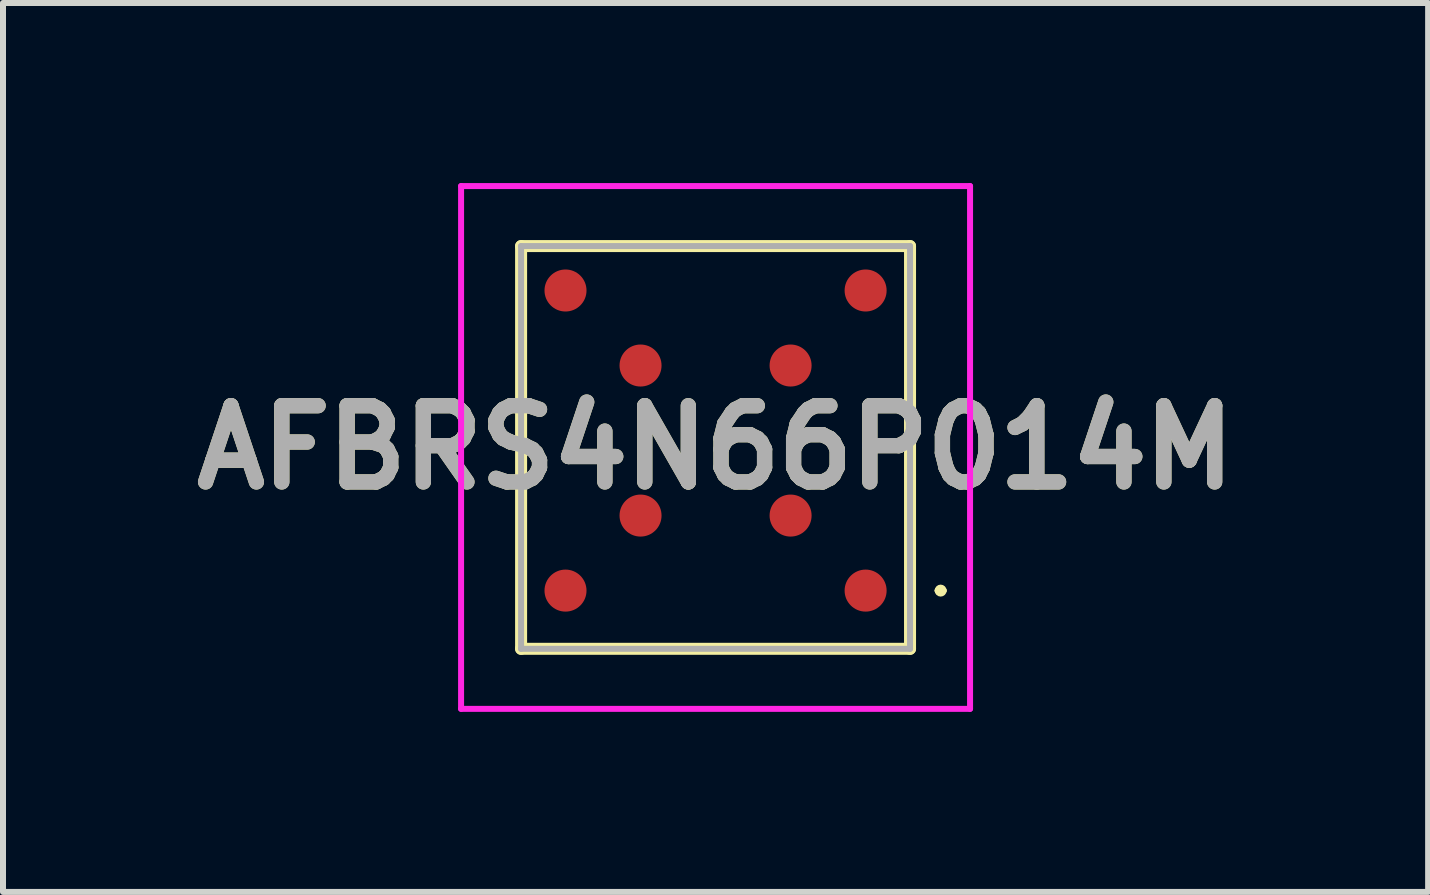
<source format=kicad_pcb>
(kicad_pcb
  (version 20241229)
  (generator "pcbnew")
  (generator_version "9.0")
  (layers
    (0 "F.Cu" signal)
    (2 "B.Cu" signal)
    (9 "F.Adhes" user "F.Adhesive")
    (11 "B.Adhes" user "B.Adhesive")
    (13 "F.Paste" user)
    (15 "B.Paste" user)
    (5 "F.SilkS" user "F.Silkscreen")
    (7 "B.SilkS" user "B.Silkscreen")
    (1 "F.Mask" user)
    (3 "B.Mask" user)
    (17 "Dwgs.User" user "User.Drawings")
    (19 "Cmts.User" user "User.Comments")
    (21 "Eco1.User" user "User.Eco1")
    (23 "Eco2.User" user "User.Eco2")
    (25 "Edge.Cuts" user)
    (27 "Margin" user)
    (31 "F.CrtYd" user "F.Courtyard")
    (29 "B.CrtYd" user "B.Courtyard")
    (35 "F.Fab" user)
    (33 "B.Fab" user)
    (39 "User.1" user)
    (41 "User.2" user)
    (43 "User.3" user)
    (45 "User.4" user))
  (footprint "AFBRS4N66P014M"
    (layer "F.Cu")
    (at 8.872 4.29)
    (property "Reference" "AFBRS4N66P014M" (at 0 0.115 0) (layer "F.SilkS") (effects (font (size 1.27 1.27) (thickness 0.254))))
    (attr smd)
    (fp_line (start -3.24 -3.24) (end 3.24 -3.24) (stroke (width 0.2) (type solid)) (layer "F.SilkS"))
    (fp_line (start -3.24 3.47) (end -3.24 -3.24) (stroke (width 0.2) (type solid)) (layer "F.SilkS"))
    (fp_line (start 3.24 -3.24) (end 3.24 3.47) (stroke (width 0.2) (type solid)) (layer "F.SilkS"))
    (fp_line (start 3.24 3.47) (end -3.24 3.47) (stroke (width 0.2) (type solid)) (layer "F.SilkS"))
    (fp_line (start 3.7 2.5) (end 3.7 2.5) (stroke (width 0.1) (type solid)) (layer "F.SilkS"))
    (fp_line (start 3.8 2.5) (end 3.8 2.5) (stroke (width 0.1) (type solid)) (layer "F.SilkS"))
    (fp_arc (start 3.7 2.5) (mid 3.75 2.45) (end 3.8 2.5) (stroke (width 0.1) (type solid)) (layer "F.SilkS"))
    (fp_arc (start 3.8 2.5) (mid 3.75 2.55) (end 3.7 2.5) (stroke (width 0.1) (type solid)) (layer "F.SilkS"))
    (fp_line (start -4.24 -4.24) (end 4.24 -4.24) (stroke (width 0.1) (type solid)) (layer "F.CrtYd"))
    (fp_line (start -4.24 4.47) (end -4.24 -4.24) (stroke (width 0.1) (type solid)) (layer "F.CrtYd"))
    (fp_line (start 4.24 -4.24) (end 4.24 4.47) (stroke (width 0.1) (type solid)) (layer "F.CrtYd"))
    (fp_line (start 4.24 4.47) (end -4.24 4.47) (stroke (width 0.1) (type solid)) (layer "F.CrtYd"))
    (fp_line (start -3.24 -3.24) (end 3.24 -3.24) (stroke (width 0.1) (type solid)) (layer "F.Fab"))
    (fp_line (start -3.24 3.47) (end -3.24 -3.24) (stroke (width 0.1) (type solid)) (layer "F.Fab"))
    (fp_line (start 3.24 -3.24) (end 3.24 3.47) (stroke (width 0.1) (type solid)) (layer "F.Fab"))
    (fp_line (start 3.24 3.47) (end -3.24 3.47) (stroke (width 0.1) (type solid)) (layer "F.Fab"))
    (fp_text user "${REFERENCE}" (at 0 0.115 0) (layer "F.Fab") (effects (font (size 1.27 1.27) (thickness 0.254))))
    (pad "A1" smd circle (at 2.5 2.5 90) (size 0.7 0.7) (layers "F.Cu" "F.Mask" "F.Paste"))
    (pad "A4" smd circle (at 2.5 -2.5 90) (size 0.7 0.7) (layers "F.Cu" "F.Mask" "F.Paste"))
    (pad "B2" smd circle (at 1.25 1.25 90) (size 0.7 0.7) (layers "F.Cu" "F.Mask" "F.Paste"))
    (pad "B3" smd circle (at 1.25 -1.25 90) (size 0.7 0.7) (layers "F.Cu" "F.Mask" "F.Paste"))
    (pad "C2" smd circle (at -1.25 1.25 90) (size 0.7 0.7) (layers "F.Cu" "F.Mask" "F.Paste"))
    (pad "C3" smd circle (at -1.25 -1.25 90) (size 0.7 0.7) (layers "F.Cu" "F.Mask" "F.Paste"))
    (pad "D1" smd circle (at -2.5 2.5 90) (size 0.7 0.7) (layers "F.Cu" "F.Mask" "F.Paste"))
    (pad "D4" smd circle (at -2.5 -2.5 90) (size 0.7 0.7) (layers "F.Cu" "F.Mask" "F.Paste")))
  (gr_rect
    (start -3 -3)
    (end 20.744 11.81)
    (stroke (width 0.1) (type default))
    (fill no)
    (layer "Edge.Cuts")))
</source>
